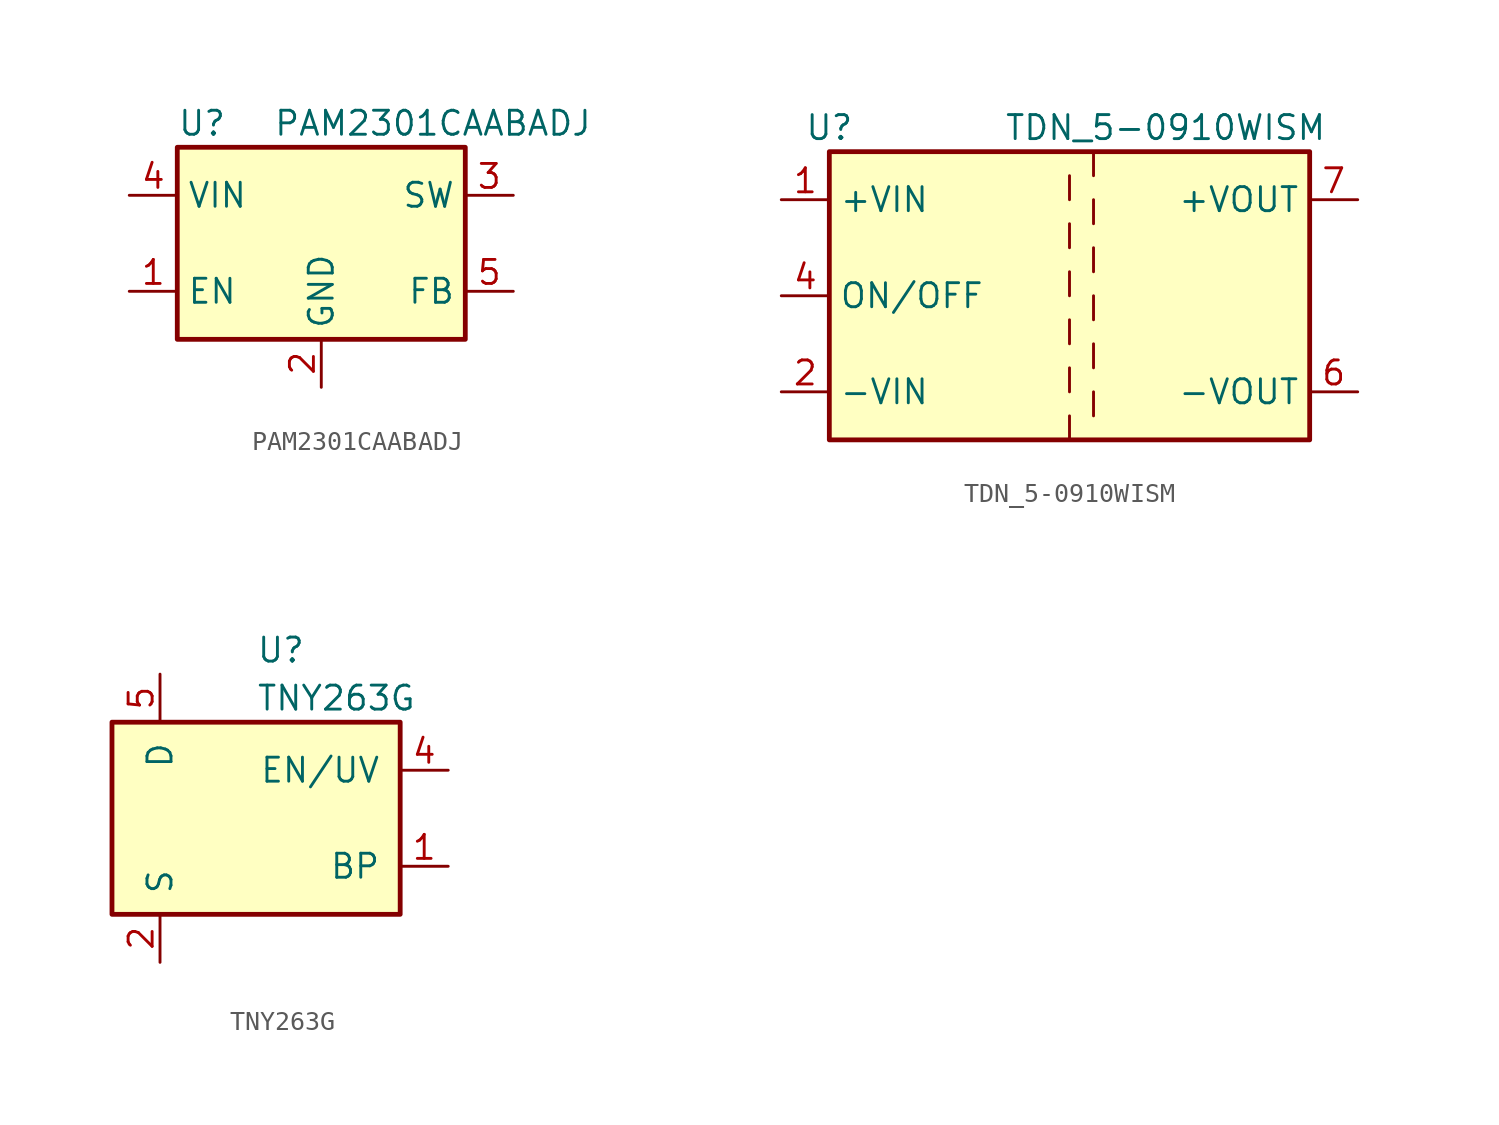
<source format=kicad_sym>
(kicad_symbol_lib
  (version 20201005)
  (generator kicad_symbol_editor)
  (symbol "PAM2301CAABADJ"
    (property "Reference" "U"
      (at -7.62 6.35 0)
      (effects (font (size 1.27 1.27)) (justify left)))
    (property "Value" "PAM2301CAABADJ"
      (at -2.54 6.35 0)
      (effects (font (size 1.27 1.27)) (justify left)))
    (symbol "PAM2301CAABADJ_0_1"
      (rectangle (start -7.62 5.08) (end 7.62 -5.08) (stroke (width 0.254)) (fill (type background))))
    (symbol "PAM2301CAABADJ_1_1"
      (pin input line (at -10.16 -2.54 0) (length 2.54) (name "EN" (effects (font (size 1.27 1.27)))) (number "1" (effects (font (size 1.27 1.27)))))
      (pin power_in line (at 0 -7.62 90) (length 2.54) (name "GND" (effects (font (size 1.27 1.27)))) (number "2" (effects (font (size 1.27 1.27)))))
      (pin power_out line (at 10.16 2.54 180) (length 2.54) (name "SW" (effects (font (size 1.27 1.27)))) (number "3" (effects (font (size 1.27 1.27)))))
      (pin power_in line (at -10.16 2.54 0) (length 2.54) (name "VIN" (effects (font (size 1.27 1.27)))) (number "4" (effects (font (size 1.27 1.27)))))
      (pin input line (at 10.16 -2.54 180) (length 2.54) (name "FB" (effects (font (size 1.27 1.27)))) (number "5" (effects (font (size 1.27 1.27)))))))
  (symbol "TDN_5-0910WISM"
    (property "Reference" "U"
      (at -12.7 8.89 0)
      (effects (font (size 1.27 1.27))))
    (property "Value" "TDN_5-0910WISM"
      (at 5.08 8.89 0)
      (effects (font (size 1.27 1.27))))
    (symbol "TDN_5-0910WISM_0_1"
      (rectangle (start -12.7 7.62) (end 12.7 -7.62) (stroke (width 0.254)) (fill (type background))))
    (symbol "TDN_5-0910WISM_1_1"
      (polyline (pts (xy 0 -6.35) (xy 0 -7.62)) (stroke (width 0)) (fill (type none)))
      (polyline (pts (xy 0 -3.81) (xy 0 -5.08)) (stroke (width 0)) (fill (type none)))
      (polyline (pts (xy 0 -1.27) (xy 0 -2.54)) (stroke (width 0)) (fill (type none)))
      (polyline (pts (xy 0 1.27) (xy 0 0)) (stroke (width 0)) (fill (type none)))
      (polyline (pts (xy 0 3.81) (xy 0 2.54)) (stroke (width 0)) (fill (type none)))
      (polyline (pts (xy 0 6.35) (xy 0 5.08)) (stroke (width 0)) (fill (type none)))
      (polyline (pts (xy 1.27 -5.08) (xy 1.27 -6.35)) (stroke (width 0)) (fill (type none)))
      (polyline (pts (xy 1.27 -2.54) (xy 1.27 -3.81)) (stroke (width 0)) (fill (type none)))
      (polyline (pts (xy 1.27 0) (xy 1.27 -1.27)) (stroke (width 0)) (fill (type none)))
      (polyline (pts (xy 1.27 2.54) (xy 1.27 1.27)) (stroke (width 0)) (fill (type none)))
      (polyline (pts (xy 1.27 5.08) (xy 1.27 3.81)) (stroke (width 0)) (fill (type none)))
      (polyline (pts (xy 1.27 7.62) (xy 1.27 6.35)) (stroke (width 0)) (fill (type none)))
      (pin power_in line (at -15.24 5.08 0) (length 2.54) (name "+VIN" (effects (font (size 1.27 1.27)))) (number "1" (effects (font (size 1.27 1.27)))))
      (pin power_in line (at -15.24 -5.08 0) (length 2.54) (name "-VIN" (effects (font (size 1.27 1.27)))) (number "2" (effects (font (size 1.27 1.27)))))
      (pin input line (at -15.24 0 0) (length 2.54) (name "ON/OFF" (effects (font (size 1.27 1.27)))) (number "4" (effects (font (size 1.27 1.27)))))
      (pin no_connect line (at 12.7 2.54 180) (length 2.54) hide (name "NC" (effects (font (size 1.27 1.27)))) (number "5" (effects (font (size 1.27 1.27)))))
      (pin power_out line (at 15.24 -5.08 180) (length 2.54) (name "-VOUT" (effects (font (size 1.27 1.27)))) (number "6" (effects (font (size 1.27 1.27)))))
      (pin power_out line (at 15.24 5.08 180) (length 2.54) (name "+VOUT" (effects (font (size 1.27 1.27)))) (number "7" (effects (font (size 1.27 1.27)))))))
  (symbol "TNY263G"
    (pin_names
      (offset 1.016))
    (property "Reference" "U"
      (at 0 8.89 0)
      (effects (font (size 1.27 1.27)) (justify left)))
    (property "Value" "TNY263G"
      (at 0 6.35 0)
      (effects (font (size 1.27 1.27)) (justify left)))
    (symbol "TNY263G_0_1"
      (rectangle (start -7.62 5.08) (end 7.62 -5.08) (stroke (width 0.254)) (fill (type background))))
    (symbol "TNY263G_1_1"
      (pin input line (at 10.16 -2.54 180) (length 2.54) (name "BP" (effects (font (size 1.27 1.27)))) (number "1" (effects (font (size 1.27 1.27)))))
      (pin power_in line (at -5.08 -7.62 90) (length 2.54) (name "S" (effects (font (size 1.27 1.27)))) (number "2" (effects (font (size 1.27 1.27)))))
      (pin passive line (at -5.08 -7.62 90) (length 2.54) hide (name "S" (effects (font (size 1.27 1.27)))) (number "3" (effects (font (size 1.27 1.27)))))
      (pin input line (at 10.16 2.54 180) (length 2.54) (name "EN/UV" (effects (font (size 1.27 1.27)))) (number "4" (effects (font (size 1.27 1.27)))))
      (pin open_collector line (at -5.08 7.62 270) (length 2.54) (name "D" (effects (font (size 1.27 1.27)))) (number "5" (effects (font (size 1.27 1.27)))))
      (pin passive line (at -5.08 -7.62 90) (length 2.54) hide (name "S" (effects (font (size 1.27 1.27)))) (number "7" (effects (font (size 1.27 1.27)))))
      (pin passive line (at -5.08 -7.62 90) (length 2.54) hide (name "S" (effects (font (size 1.27 1.27)))) (number "8" (effects (font (size 1.27 1.27))))))))
</source>
